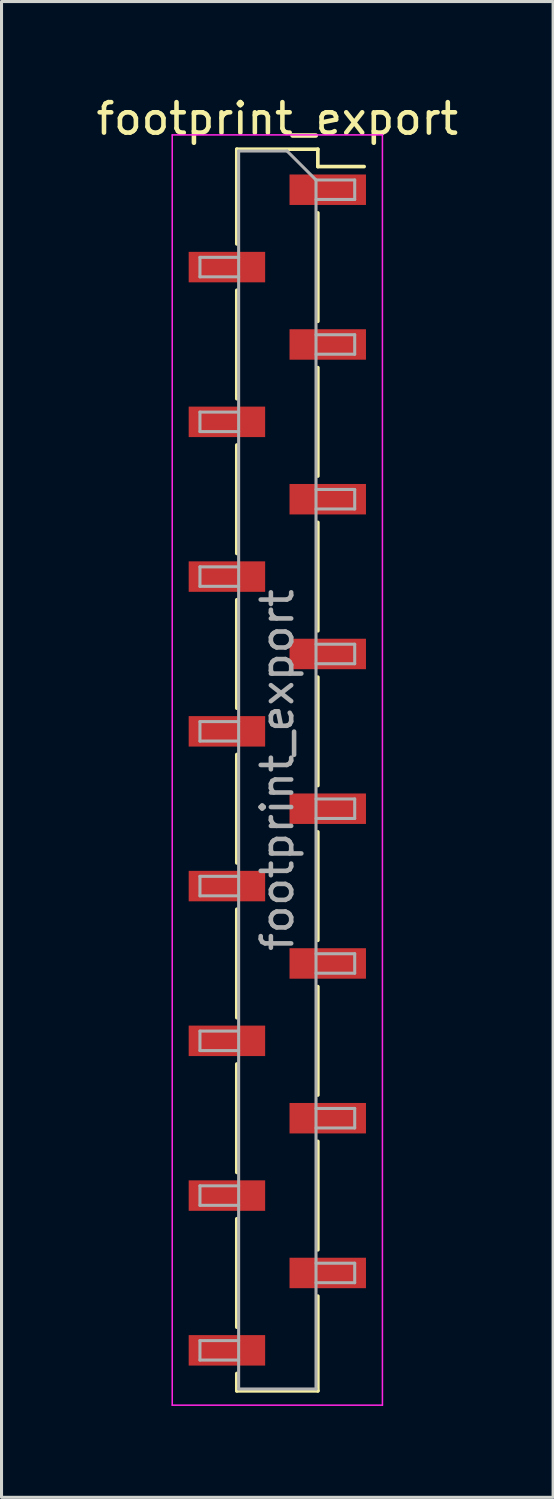
<source format=kicad_pcb>
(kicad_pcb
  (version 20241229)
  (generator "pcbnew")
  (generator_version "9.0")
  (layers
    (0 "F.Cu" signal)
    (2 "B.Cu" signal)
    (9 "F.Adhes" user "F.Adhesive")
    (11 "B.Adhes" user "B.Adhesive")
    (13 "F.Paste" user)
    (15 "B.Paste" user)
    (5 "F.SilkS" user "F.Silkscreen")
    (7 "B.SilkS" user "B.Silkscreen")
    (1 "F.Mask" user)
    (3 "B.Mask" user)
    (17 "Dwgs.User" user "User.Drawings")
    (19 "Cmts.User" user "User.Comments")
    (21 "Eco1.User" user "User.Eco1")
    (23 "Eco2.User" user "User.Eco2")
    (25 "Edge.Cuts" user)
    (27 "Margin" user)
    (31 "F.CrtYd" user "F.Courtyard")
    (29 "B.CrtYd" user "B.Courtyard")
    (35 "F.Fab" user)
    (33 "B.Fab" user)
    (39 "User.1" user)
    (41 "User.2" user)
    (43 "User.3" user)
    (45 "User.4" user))
  (footprint "footprint_export"
    (layer "F.Cu")
    (at 6.054 22.228)
    (property "Reference" "footprint_export" (at 0 -21.38 0) (layer "F.SilkS") (effects (font (size 1 1) (thickness 0.15))))
    (attr smd)
    (fp_line (start -1.33 -20.38) (end -1.33 -17.27) (stroke (width 0.12) (type solid)) (layer "F.SilkS"))
    (fp_line (start -1.33 -20.38) (end 1.33 -20.38) (stroke (width 0.12) (type solid)) (layer "F.SilkS"))
    (fp_line (start -1.33 -15.75) (end -1.33 -12.19) (stroke (width 0.12) (type solid)) (layer "F.SilkS"))
    (fp_line (start -1.33 -10.67) (end -1.33 -7.11) (stroke (width 0.12) (type solid)) (layer "F.SilkS"))
    (fp_line (start -1.33 -5.59) (end -1.33 -2.03) (stroke (width 0.12) (type solid)) (layer "F.SilkS"))
    (fp_line (start -1.33 -0.51) (end -1.33 3.05) (stroke (width 0.12) (type solid)) (layer "F.SilkS"))
    (fp_line (start -1.33 4.57) (end -1.33 8.13) (stroke (width 0.12) (type solid)) (layer "F.SilkS"))
    (fp_line (start -1.33 9.65) (end -1.33 13.21) (stroke (width 0.12) (type solid)) (layer "F.SilkS"))
    (fp_line (start -1.33 14.73) (end -1.33 18.29) (stroke (width 0.12) (type solid)) (layer "F.SilkS"))
    (fp_line (start -1.33 19.81) (end -1.33 20.38) (stroke (width 0.12) (type solid)) (layer "F.SilkS"))
    (fp_line (start -1.33 20.38) (end 1.33 20.38) (stroke (width 0.12) (type solid)) (layer "F.SilkS"))
    (fp_line (start 1.33 -20.38) (end 1.33 -19.81) (stroke (width 0.12) (type solid)) (layer "F.SilkS"))
    (fp_line (start 1.33 -19.81) (end 2.85 -19.81) (stroke (width 0.12) (type solid)) (layer "F.SilkS"))
    (fp_line (start 1.33 -18.29) (end 1.33 -14.73) (stroke (width 0.12) (type solid)) (layer "F.SilkS"))
    (fp_line (start 1.33 -13.21) (end 1.33 -9.65) (stroke (width 0.12) (type solid)) (layer "F.SilkS"))
    (fp_line (start 1.33 -8.13) (end 1.33 -4.57) (stroke (width 0.12) (type solid)) (layer "F.SilkS"))
    (fp_line (start 1.33 -3.05) (end 1.33 0.51) (stroke (width 0.12) (type solid)) (layer "F.SilkS"))
    (fp_line (start 1.33 2.03) (end 1.33 5.59) (stroke (width 0.12) (type solid)) (layer "F.SilkS"))
    (fp_line (start 1.33 7.11) (end 1.33 10.67) (stroke (width 0.12) (type solid)) (layer "F.SilkS"))
    (fp_line (start 1.33 12.19) (end 1.33 15.75) (stroke (width 0.12) (type solid)) (layer "F.SilkS"))
    (fp_line (start 1.33 17.27) (end 1.33 20.38) (stroke (width 0.12) (type solid)) (layer "F.SilkS"))
    (fp_line (start -3.45 -20.85) (end -3.45 20.85) (stroke (width 0.05) (type solid)) (layer "F.CrtYd"))
    (fp_line (start -3.45 20.85) (end 3.45 20.85) (stroke (width 0.05) (type solid)) (layer "F.CrtYd"))
    (fp_line (start 3.45 -20.85) (end -3.45 -20.85) (stroke (width 0.05) (type solid)) (layer "F.CrtYd"))
    (fp_line (start 3.45 20.85) (end 3.45 -20.85) (stroke (width 0.05) (type solid)) (layer "F.CrtYd"))
    (fp_line (start -2.54 -16.83) (end -2.54 -16.19) (stroke (width 0.1) (type solid)) (layer "F.Fab"))
    (fp_line (start -2.54 -16.19) (end -1.27 -16.19) (stroke (width 0.1) (type solid)) (layer "F.Fab"))
    (fp_line (start -2.54 -11.75) (end -2.54 -11.11) (stroke (width 0.1) (type solid)) (layer "F.Fab"))
    (fp_line (start -2.54 -11.11) (end -1.27 -11.11) (stroke (width 0.1) (type solid)) (layer "F.Fab"))
    (fp_line (start -2.54 -6.67) (end -2.54 -6.03) (stroke (width 0.1) (type solid)) (layer "F.Fab"))
    (fp_line (start -2.54 -6.03) (end -1.27 -6.03) (stroke (width 0.1) (type solid)) (layer "F.Fab"))
    (fp_line (start -2.54 -1.59) (end -2.54 -0.95) (stroke (width 0.1) (type solid)) (layer "F.Fab"))
    (fp_line (start -2.54 -0.95) (end -1.27 -0.95) (stroke (width 0.1) (type solid)) (layer "F.Fab"))
    (fp_line (start -2.54 3.49) (end -2.54 4.13) (stroke (width 0.1) (type solid)) (layer "F.Fab"))
    (fp_line (start -2.54 4.13) (end -1.27 4.13) (stroke (width 0.1) (type solid)) (layer "F.Fab"))
    (fp_line (start -2.54 8.57) (end -2.54 9.21) (stroke (width 0.1) (type solid)) (layer "F.Fab"))
    (fp_line (start -2.54 9.21) (end -1.27 9.21) (stroke (width 0.1) (type solid)) (layer "F.Fab"))
    (fp_line (start -2.54 13.65) (end -2.54 14.29) (stroke (width 0.1) (type solid)) (layer "F.Fab"))
    (fp_line (start -2.54 14.29) (end -1.27 14.29) (stroke (width 0.1) (type solid)) (layer "F.Fab"))
    (fp_line (start -2.54 18.73) (end -2.54 19.37) (stroke (width 0.1) (type solid)) (layer "F.Fab"))
    (fp_line (start -2.54 19.37) (end -1.27 19.37) (stroke (width 0.1) (type solid)) (layer "F.Fab"))
    (fp_line (start -1.27 -20.32) (end -1.27 20.32) (stroke (width 0.1) (type solid)) (layer "F.Fab"))
    (fp_line (start -1.27 -20.32) (end 0.32 -20.32) (stroke (width 0.1) (type solid)) (layer "F.Fab"))
    (fp_line (start -1.27 -16.83) (end -2.54 -16.83) (stroke (width 0.1) (type solid)) (layer "F.Fab"))
    (fp_line (start -1.27 -11.75) (end -2.54 -11.75) (stroke (width 0.1) (type solid)) (layer "F.Fab"))
    (fp_line (start -1.27 -6.67) (end -2.54 -6.67) (stroke (width 0.1) (type solid)) (layer "F.Fab"))
    (fp_line (start -1.27 -1.59) (end -2.54 -1.59) (stroke (width 0.1) (type solid)) (layer "F.Fab"))
    (fp_line (start -1.27 3.49) (end -2.54 3.49) (stroke (width 0.1) (type solid)) (layer "F.Fab"))
    (fp_line (start -1.27 8.57) (end -2.54 8.57) (stroke (width 0.1) (type solid)) (layer "F.Fab"))
    (fp_line (start -1.27 13.65) (end -2.54 13.65) (stroke (width 0.1) (type solid)) (layer "F.Fab"))
    (fp_line (start -1.27 18.73) (end -2.54 18.73) (stroke (width 0.1) (type solid)) (layer "F.Fab"))
    (fp_line (start 1.27 -19.37) (end 0.32 -20.32) (stroke (width 0.1) (type solid)) (layer "F.Fab"))
    (fp_line (start 1.27 -19.37) (end 2.54 -19.37) (stroke (width 0.1) (type solid)) (layer "F.Fab"))
    (fp_line (start 1.27 -14.29) (end 2.54 -14.29) (stroke (width 0.1) (type solid)) (layer "F.Fab"))
    (fp_line (start 1.27 -9.21) (end 2.54 -9.21) (stroke (width 0.1) (type solid)) (layer "F.Fab"))
    (fp_line (start 1.27 -4.13) (end 2.54 -4.13) (stroke (width 0.1) (type solid)) (layer "F.Fab"))
    (fp_line (start 1.27 0.95) (end 2.54 0.95) (stroke (width 0.1) (type solid)) (layer "F.Fab"))
    (fp_line (start 1.27 6.03) (end 2.54 6.03) (stroke (width 0.1) (type solid)) (layer "F.Fab"))
    (fp_line (start 1.27 11.11) (end 2.54 11.11) (stroke (width 0.1) (type solid)) (layer "F.Fab"))
    (fp_line (start 1.27 16.19) (end 2.54 16.19) (stroke (width 0.1) (type solid)) (layer "F.Fab"))
    (fp_line (start 1.27 20.32) (end -1.27 20.32) (stroke (width 0.1) (type solid)) (layer "F.Fab"))
    (fp_line (start 1.27 20.32) (end 1.27 -19.37) (stroke (width 0.1) (type solid)) (layer "F.Fab"))
    (fp_line (start 2.54 -19.37) (end 2.54 -18.73) (stroke (width 0.1) (type solid)) (layer "F.Fab"))
    (fp_line (start 2.54 -18.73) (end 1.27 -18.73) (stroke (width 0.1) (type solid)) (layer "F.Fab"))
    (fp_line (start 2.54 -14.29) (end 2.54 -13.65) (stroke (width 0.1) (type solid)) (layer "F.Fab"))
    (fp_line (start 2.54 -13.65) (end 1.27 -13.65) (stroke (width 0.1) (type solid)) (layer "F.Fab"))
    (fp_line (start 2.54 -9.21) (end 2.54 -8.57) (stroke (width 0.1) (type solid)) (layer "F.Fab"))
    (fp_line (start 2.54 -8.57) (end 1.27 -8.57) (stroke (width 0.1) (type solid)) (layer "F.Fab"))
    (fp_line (start 2.54 -4.13) (end 2.54 -3.49) (stroke (width 0.1) (type solid)) (layer "F.Fab"))
    (fp_line (start 2.54 -3.49) (end 1.27 -3.49) (stroke (width 0.1) (type solid)) (layer "F.Fab"))
    (fp_line (start 2.54 0.95) (end 2.54 1.59) (stroke (width 0.1) (type solid)) (layer "F.Fab"))
    (fp_line (start 2.54 1.59) (end 1.27 1.59) (stroke (width 0.1) (type solid)) (layer "F.Fab"))
    (fp_line (start 2.54 6.03) (end 2.54 6.67) (stroke (width 0.1) (type solid)) (layer "F.Fab"))
    (fp_line (start 2.54 6.67) (end 1.27 6.67) (stroke (width 0.1) (type solid)) (layer "F.Fab"))
    (fp_line (start 2.54 11.11) (end 2.54 11.75) (stroke (width 0.1) (type solid)) (layer "F.Fab"))
    (fp_line (start 2.54 11.75) (end 1.27 11.75) (stroke (width 0.1) (type solid)) (layer "F.Fab"))
    (fp_line (start 2.54 16.19) (end 2.54 16.83) (stroke (width 0.1) (type solid)) (layer "F.Fab"))
    (fp_line (start 2.54 16.83) (end 1.27 16.83) (stroke (width 0.1) (type solid)) (layer "F.Fab"))
    (fp_text user "${REFERENCE}" (at 0 0 90) (layer "F.Fab") (effects (font (size 1 1) (thickness 0.15))))
    (pad "1" smd rect (at 1.655 -19.05) (size 2.51 1) (layers "F.Cu" "F.Mask" "F.Paste"))
    (pad "2" smd rect (at -1.655 -16.51) (size 2.51 1) (layers "F.Cu" "F.Mask" "F.Paste"))
    (pad "3" smd rect (at 1.655 -13.97) (size 2.51 1) (layers "F.Cu" "F.Mask" "F.Paste"))
    (pad "4" smd rect (at -1.655 -11.43) (size 2.51 1) (layers "F.Cu" "F.Mask" "F.Paste"))
    (pad "5" smd rect (at 1.655 -8.89) (size 2.51 1) (layers "F.Cu" "F.Mask" "F.Paste"))
    (pad "6" smd rect (at -1.655 -6.35) (size 2.51 1) (layers "F.Cu" "F.Mask" "F.Paste"))
    (pad "7" smd rect (at 1.655 -3.81) (size 2.51 1) (layers "F.Cu" "F.Mask" "F.Paste"))
    (pad "8" smd rect (at -1.655 -1.27) (size 2.51 1) (layers "F.Cu" "F.Mask" "F.Paste"))
    (pad "9" smd rect (at 1.655 1.27) (size 2.51 1) (layers "F.Cu" "F.Mask" "F.Paste"))
    (pad "10" smd rect (at -1.655 3.81) (size 2.51 1) (layers "F.Cu" "F.Mask" "F.Paste"))
    (pad "11" smd rect (at 1.655 6.35) (size 2.51 1) (layers "F.Cu" "F.Mask" "F.Paste"))
    (pad "12" smd rect (at -1.655 8.89) (size 2.51 1) (layers "F.Cu" "F.Mask" "F.Paste"))
    (pad "13" smd rect (at 1.655 11.43) (size 2.51 1) (layers "F.Cu" "F.Mask" "F.Paste"))
    (pad "14" smd rect (at -1.655 13.97) (size 2.51 1) (layers "F.Cu" "F.Mask" "F.Paste"))
    (pad "15" smd rect (at 1.655 16.51) (size 2.51 1) (layers "F.Cu" "F.Mask" "F.Paste"))
    (pad "16" smd rect (at -1.655 19.05) (size 2.51 1) (layers "F.Cu" "F.Mask" "F.Paste")))
  (gr_rect
    (start -3 -3)
    (end 15.107 46.103)
    (stroke (width 0.1) (type default))
    (fill no)
    (layer "Edge.Cuts")))
</source>
